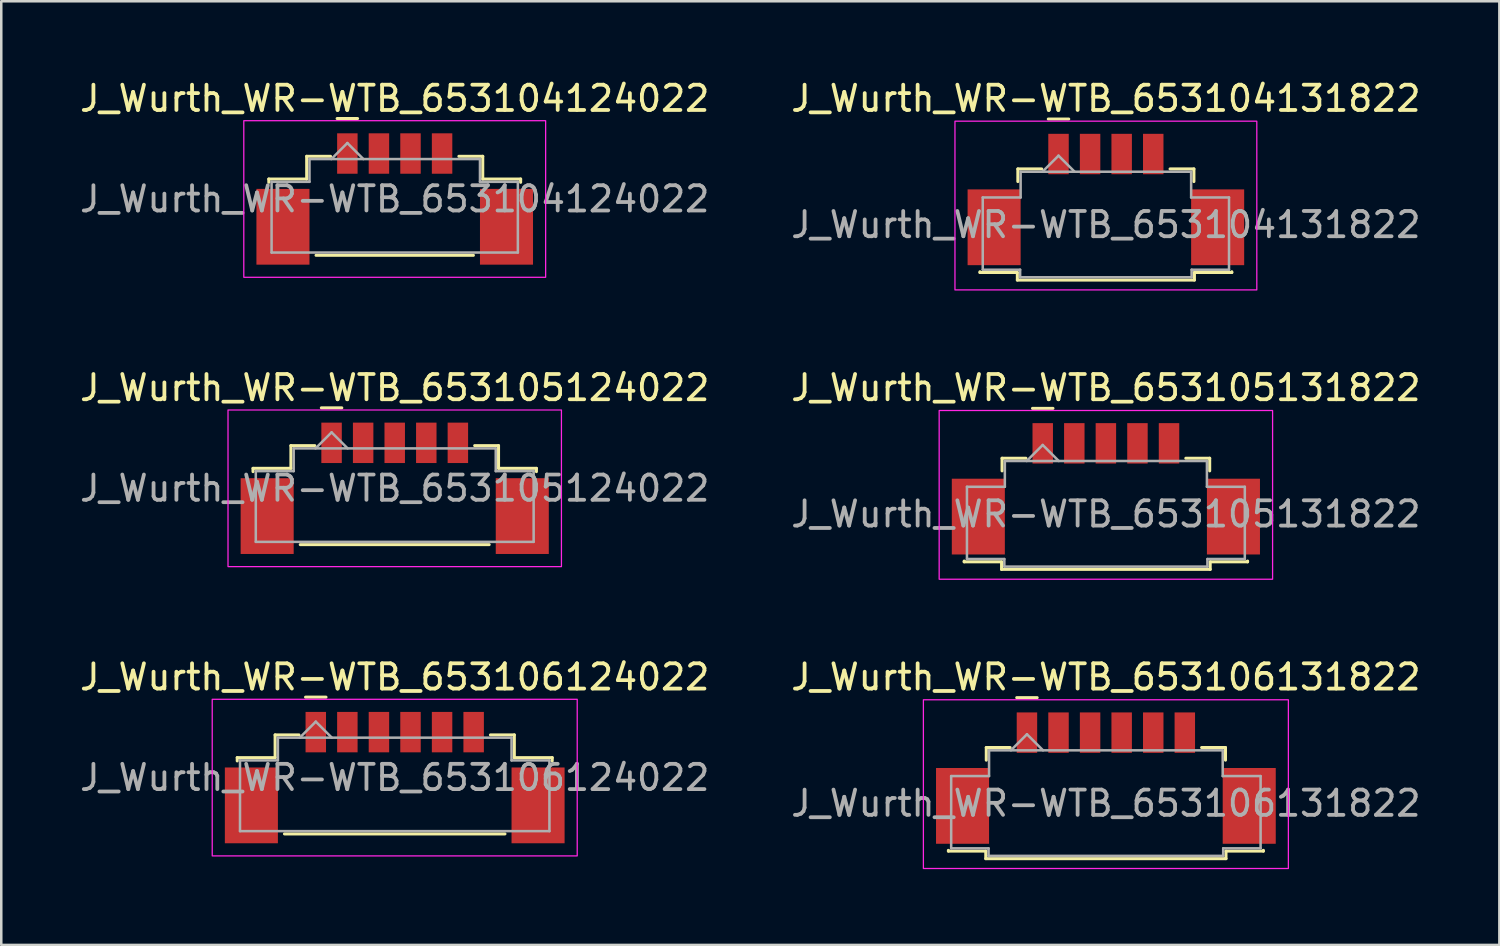
<source format=kicad_pcb>
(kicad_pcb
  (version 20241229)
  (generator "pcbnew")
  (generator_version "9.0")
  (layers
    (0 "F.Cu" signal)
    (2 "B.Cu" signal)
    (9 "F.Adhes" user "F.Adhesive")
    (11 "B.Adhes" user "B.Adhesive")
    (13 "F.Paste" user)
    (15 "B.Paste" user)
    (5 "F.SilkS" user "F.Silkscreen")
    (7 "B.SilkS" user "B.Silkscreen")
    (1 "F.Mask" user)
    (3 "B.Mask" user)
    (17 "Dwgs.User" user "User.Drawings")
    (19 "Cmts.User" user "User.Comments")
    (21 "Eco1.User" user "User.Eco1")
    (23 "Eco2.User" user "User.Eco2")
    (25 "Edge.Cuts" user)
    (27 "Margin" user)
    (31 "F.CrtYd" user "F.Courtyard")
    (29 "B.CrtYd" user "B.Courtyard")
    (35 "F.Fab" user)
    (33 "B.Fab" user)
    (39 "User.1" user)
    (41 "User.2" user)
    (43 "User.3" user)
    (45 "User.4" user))
  (footprint "J_Wurth_WR-WTB_653106131822"
    (layer "F.Cu")
    (at 40.732 28.755)
    (property "Reference" "J_Wurth_WR-WTB_653106131822" (at 0 -5 0) (unlocked yes) (layer "F.SilkS") (effects (font (size 1 1) (thickness 0.15))))
    (attr smd)
    (fp_line (start -6.235 1.86) (end -6.235 1.89) (stroke (width 0.12) (type solid)) (layer "F.SilkS"))
    (fp_line (start -6.235 1.89) (end -4.755 1.89) (stroke (width 0.12) (type default)) (layer "F.SilkS"))
    (fp_line (start -4.755 1.89) (end -4.755 2.19) (stroke (width 0.12) (type default)) (layer "F.SilkS"))
    (fp_line (start -4.755 2.19) (end 4.755 2.19) (stroke (width 0.12) (type default)) (layer "F.SilkS"))
    (fp_line (start -4.735 -2.21) (end -4.735 -1.71) (stroke (width 0.12) (type default)) (layer "F.SilkS"))
    (fp_line (start -3.79 -2.21) (end -4.735 -2.21) (stroke (width 0.12) (type solid)) (layer "F.SilkS"))
    (fp_line (start -3.53 -4.185) (end -2.72 -4.185) (stroke (width 0.12) (type solid)) (layer "F.SilkS"))
    (fp_line (start 3.79 -2.21) (end 4.735 -2.21) (stroke (width 0.12) (type solid)) (layer "F.SilkS"))
    (fp_line (start 4.735 -2.21) (end 4.735 -1.71) (stroke (width 0.12) (type default)) (layer "F.SilkS"))
    (fp_line (start 4.755 1.89) (end 6.235 1.89) (stroke (width 0.12) (type default)) (layer "F.SilkS"))
    (fp_line (start 4.755 2.19) (end 4.755 1.89) (stroke (width 0.12) (type default)) (layer "F.SilkS"))
    (fp_line (start 6.235 1.89) (end 6.235 1.86) (stroke (width 0.12) (type solid)) (layer "F.SilkS"))
    (fp_rect (start -7.225 -4.1) (end 7.225 2.58) (stroke (width 0.05) (type solid)) (fill no) (layer "F.CrtYd"))
    (fp_line (start -6.125 -1.08) (end -4.625 -1.08) (stroke (width 0.1) (type default)) (layer "F.Fab"))
    (fp_line (start -6.125 1.78) (end -6.125 -1.08) (stroke (width 0.1) (type solid)) (layer "F.Fab"))
    (fp_line (start -6.125 1.78) (end -4.645 1.78) (stroke (width 0.1) (type solid)) (layer "F.Fab"))
    (fp_line (start -4.645 1.78) (end -4.645 2.08) (stroke (width 0.1) (type solid)) (layer "F.Fab"))
    (fp_line (start -4.645 2.08) (end 4.645 2.08) (stroke (width 0.1) (type default)) (layer "F.Fab"))
    (fp_line (start -4.625 -2.1) (end -4.625 -1.08) (stroke (width 0.1) (type solid)) (layer "F.Fab"))
    (fp_line (start -4.625 -2.1) (end 4.625 -2.1) (stroke (width 0.1) (type solid)) (layer "F.Fab"))
    (fp_line (start -3.125 -2.735) (end -3.76 -2.1) (stroke (width 0.1) (type default)) (layer "F.Fab"))
    (fp_line (start -2.49 -2.1) (end -3.125 -2.735) (stroke (width 0.1) (type default)) (layer "F.Fab"))
    (fp_line (start 4.625 -2.1) (end 4.625 -1.08) (stroke (width 0.1) (type solid)) (layer "F.Fab"))
    (fp_line (start 4.645 1.78) (end 4.645 2.08) (stroke (width 0.1) (type solid)) (layer "F.Fab"))
    (fp_line (start 6.125 -1.08) (end 4.625 -1.08) (stroke (width 0.1) (type default)) (layer "F.Fab"))
    (fp_line (start 6.125 1.78) (end 4.645 1.78) (stroke (width 0.1) (type solid)) (layer "F.Fab"))
    (fp_line (start 6.125 1.78) (end 6.125 -1.08) (stroke (width 0.1) (type solid)) (layer "F.Fab"))
    (fp_text user "${REFERENCE}" (at 0 0 0) (unlocked yes) (layer "F.Fab") (effects (font (size 1 1) (thickness 0.15))))
    (pad "1" smd rect (at -3.125 -2.8) (size 0.81 1.6) (layers "F.Cu" "F.Mask" "F.Paste"))
    (pad "2" smd rect (at -1.875 -2.8) (size 0.81 1.6) (layers "F.Cu" "F.Mask" "F.Paste"))
    (pad "3" smd rect (at -0.625 -2.8) (size 0.81 1.6) (layers "F.Cu" "F.Mask" "F.Paste"))
    (pad "4" smd rect (at 0.625 -2.8) (size 0.81 1.6) (layers "F.Cu" "F.Mask" "F.Paste"))
    (pad "5" smd rect (at 1.875 -2.8) (size 0.81 1.6) (layers "F.Cu" "F.Mask" "F.Paste"))
    (pad "6" smd rect (at 3.125 -2.8) (size 0.81 1.6) (layers "F.Cu" "F.Mask" "F.Paste"))
    (pad "MP1" smd rect (at -5.675 0.1) (size 2.1 3) (layers "F.Cu" "F.Mask" "F.Paste"))
    (pad "MP2" smd rect (at 5.675 0.1) (size 2.1 3) (layers "F.Cu" "F.Mask" "F.Paste")))
  (footprint "J_Wurth_WR-WTB_653106124022"
    (layer "F.Cu")
    (at 12.577 28.005)
    (property "Reference" "J_Wurth_WR-WTB_653106124022" (at 0 -4.25 0) (unlocked yes) (layer "F.SilkS") (effects (font (size 1 1) (thickness 0.15))))
    (attr smd)
    (fp_line (start -6.235 -1.06) (end -6.235 -0.93) (stroke (width 0.12) (type solid)) (layer "F.SilkS"))
    (fp_line (start -4.735 -1.96) (end -4.735 -1.06) (stroke (width 0.12) (type solid)) (layer "F.SilkS"))
    (fp_line (start -4.735 -1.06) (end -6.235 -1.06) (stroke (width 0.12) (type solid)) (layer "F.SilkS"))
    (fp_line (start -4.365 1.96) (end 4.365 1.96) (stroke (width 0.12) (type solid)) (layer "F.SilkS"))
    (fp_line (start -3.79 -1.96) (end -4.735 -1.96) (stroke (width 0.12) (type solid)) (layer "F.SilkS"))
    (fp_line (start -3.53 -3.455) (end -2.72 -3.455) (stroke (width 0.12) (type solid)) (layer "F.SilkS"))
    (fp_line (start 4.735 -1.96) (end 3.79 -1.96) (stroke (width 0.12) (type solid)) (layer "F.SilkS"))
    (fp_line (start 4.735 -1.06) (end 4.735 -1.96) (stroke (width 0.12) (type solid)) (layer "F.SilkS"))
    (fp_line (start 6.235 -1.06) (end 4.735 -1.06) (stroke (width 0.12) (type solid)) (layer "F.SilkS"))
    (fp_line (start 6.235 -1.06) (end 6.235 -0.93) (stroke (width 0.12) (type solid)) (layer "F.SilkS"))
    (fp_rect (start -7.225 -3.37) (end 7.225 2.83) (stroke (width 0.05) (type solid)) (fill no) (layer "F.CrtYd"))
    (fp_line (start -6.125 -0.95) (end -4.625 -0.95) (stroke (width 0.1) (type solid)) (layer "F.Fab"))
    (fp_line (start -6.125 1.85) (end -6.125 -0.95) (stroke (width 0.1) (type solid)) (layer "F.Fab"))
    (fp_line (start -4.625 -1.85) (end 4.625 -1.85) (stroke (width 0.1) (type solid)) (layer "F.Fab"))
    (fp_line (start -4.625 -0.95) (end -4.625 -1.85) (stroke (width 0.1) (type solid)) (layer "F.Fab"))
    (fp_line (start -3.125 -2.485) (end -3.76 -1.85) (stroke (width 0.1) (type default)) (layer "F.Fab"))
    (fp_line (start -2.49 -1.85) (end -3.125 -2.485) (stroke (width 0.1) (type default)) (layer "F.Fab"))
    (fp_line (start 4.625 -0.95) (end 4.625 -1.85) (stroke (width 0.1) (type solid)) (layer "F.Fab"))
    (fp_line (start 6.125 -0.95) (end 4.625 -0.95) (stroke (width 0.1) (type solid)) (layer "F.Fab"))
    (fp_line (start 6.125 1.85) (end -6.125 1.85) (stroke (width 0.1) (type solid)) (layer "F.Fab"))
    (fp_line (start 6.125 1.85) (end 6.125 -0.95) (stroke (width 0.1) (type solid)) (layer "F.Fab"))
    (fp_text user "${REFERENCE}" (at 0 -0.27 0) (unlocked yes) (layer "F.Fab") (effects (font (size 1 1) (thickness 0.15))))
    (pad "1" smd rect (at -3.125 -2.07) (size 0.81 1.6) (layers "F.Cu" "F.Mask" "F.Paste"))
    (pad "2" smd rect (at -1.875 -2.07) (size 0.81 1.6) (layers "F.Cu" "F.Mask" "F.Paste"))
    (pad "3" smd rect (at -0.625 -2.07) (size 0.81 1.6) (layers "F.Cu" "F.Mask" "F.Paste"))
    (pad "4" smd rect (at 0.625 -2.07) (size 0.81 1.6) (layers "F.Cu" "F.Mask" "F.Paste"))
    (pad "5" smd rect (at 1.875 -2.07) (size 0.81 1.6) (layers "F.Cu" "F.Mask" "F.Paste"))
    (pad "6" smd rect (at 3.125 -2.07) (size 0.81 1.6) (layers "F.Cu" "F.Mask" "F.Paste"))
    (pad "MP1" smd rect (at -5.675 0.83) (size 2.1 3) (layers "F.Cu" "F.Mask" "F.Paste"))
    (pad "MP2" smd rect (at 5.675 0.83) (size 2.1 3) (layers "F.Cu" "F.Mask" "F.Paste")))
  (footprint "J_Wurth_WR-WTB_653105124022"
    (layer "F.Cu")
    (at 12.577 16.552)
    (property "Reference" "J_Wurth_WR-WTB_653105124022" (at 0 -4.25 0) (unlocked yes) (layer "F.SilkS") (effects (font (size 1 1) (thickness 0.15))))
    (attr smd)
    (fp_line (start -5.61 -1.06) (end -5.61 -0.93) (stroke (width 0.12) (type solid)) (layer "F.SilkS"))
    (fp_line (start -4.11 -1.96) (end -4.11 -1.06) (stroke (width 0.12) (type solid)) (layer "F.SilkS"))
    (fp_line (start -4.11 -1.06) (end -5.61 -1.06) (stroke (width 0.12) (type solid)) (layer "F.SilkS"))
    (fp_line (start -3.74 1.96) (end 3.74 1.96) (stroke (width 0.12) (type solid)) (layer "F.SilkS"))
    (fp_line (start -3.165 -1.96) (end -4.11 -1.96) (stroke (width 0.12) (type solid)) (layer "F.SilkS"))
    (fp_line (start -2.905 -3.455) (end -2.095 -3.455) (stroke (width 0.12) (type solid)) (layer "F.SilkS"))
    (fp_line (start 4.11 -1.96) (end 3.165 -1.96) (stroke (width 0.12) (type solid)) (layer "F.SilkS"))
    (fp_line (start 4.11 -1.06) (end 4.11 -1.96) (stroke (width 0.12) (type solid)) (layer "F.SilkS"))
    (fp_line (start 5.61 -1.06) (end 4.11 -1.06) (stroke (width 0.12) (type solid)) (layer "F.SilkS"))
    (fp_line (start 5.61 -1.06) (end 5.61 -0.93) (stroke (width 0.12) (type solid)) (layer "F.SilkS"))
    (fp_rect (start -6.6 -3.37) (end 6.6 2.83) (stroke (width 0.05) (type solid)) (fill no) (layer "F.CrtYd"))
    (fp_line (start -5.5 -0.95) (end -4 -0.95) (stroke (width 0.1) (type solid)) (layer "F.Fab"))
    (fp_line (start -5.5 1.85) (end -5.5 -0.95) (stroke (width 0.1) (type solid)) (layer "F.Fab"))
    (fp_line (start -4 -1.85) (end 4 -1.85) (stroke (width 0.1) (type solid)) (layer "F.Fab"))
    (fp_line (start -4 -0.95) (end -4 -1.85) (stroke (width 0.1) (type solid)) (layer "F.Fab"))
    (fp_line (start -2.5 -2.485) (end -3.135 -1.85) (stroke (width 0.1) (type default)) (layer "F.Fab"))
    (fp_line (start -1.865 -1.85) (end -2.5 -2.485) (stroke (width 0.1) (type default)) (layer "F.Fab"))
    (fp_line (start 4 -0.95) (end 4 -1.85) (stroke (width 0.1) (type solid)) (layer "F.Fab"))
    (fp_line (start 5.5 -0.95) (end 4 -0.95) (stroke (width 0.1) (type solid)) (layer "F.Fab"))
    (fp_line (start 5.5 1.85) (end -5.5 1.85) (stroke (width 0.1) (type solid)) (layer "F.Fab"))
    (fp_line (start 5.5 1.85) (end 5.5 -0.95) (stroke (width 0.1) (type solid)) (layer "F.Fab"))
    (fp_text user "${REFERENCE}" (at 0 -0.27 0) (unlocked yes) (layer "F.Fab") (effects (font (size 1 1) (thickness 0.15))))
    (pad "1" smd rect (at -2.5 -2.07) (size 0.81 1.6) (layers "F.Cu" "F.Mask" "F.Paste"))
    (pad "2" smd rect (at -1.25 -2.07) (size 0.81 1.6) (layers "F.Cu" "F.Mask" "F.Paste"))
    (pad "3" smd rect (at 0 -2.07) (size 0.81 1.6) (layers "F.Cu" "F.Mask" "F.Paste"))
    (pad "4" smd rect (at 1.25 -2.07) (size 0.81 1.6) (layers "F.Cu" "F.Mask" "F.Paste"))
    (pad "5" smd rect (at 2.5 -2.07) (size 0.81 1.6) (layers "F.Cu" "F.Mask" "F.Paste"))
    (pad "MP1" smd rect (at -5.05 0.83) (size 2.1 3) (layers "F.Cu" "F.Mask" "F.Paste"))
    (pad "MP2" smd rect (at 5.05 0.83) (size 2.1 3) (layers "F.Cu" "F.Mask" "F.Paste")))
  (footprint "J_Wurth_WR-WTB_653104124022"
    (layer "F.Cu")
    (at 12.577 5.098)
    (property "Reference" "J_Wurth_WR-WTB_653104124022" (at 0 -4.25 0) (unlocked yes) (layer "F.SilkS") (effects (font (size 1 1) (thickness 0.15))))
    (attr smd)
    (fp_line (start -4.985 -1.06) (end -4.985 -0.93) (stroke (width 0.12) (type solid)) (layer "F.SilkS"))
    (fp_line (start -3.485 -1.96) (end -3.485 -1.06) (stroke (width 0.12) (type solid)) (layer "F.SilkS"))
    (fp_line (start -3.485 -1.06) (end -4.985 -1.06) (stroke (width 0.12) (type solid)) (layer "F.SilkS"))
    (fp_line (start -3.115 1.96) (end 3.115 1.96) (stroke (width 0.12) (type solid)) (layer "F.SilkS"))
    (fp_line (start -2.54 -1.96) (end -3.485 -1.96) (stroke (width 0.12) (type solid)) (layer "F.SilkS"))
    (fp_line (start -2.28 -3.455) (end -1.47 -3.455) (stroke (width 0.12) (type solid)) (layer "F.SilkS"))
    (fp_line (start 3.485 -1.96) (end 2.54 -1.96) (stroke (width 0.12) (type solid)) (layer "F.SilkS"))
    (fp_line (start 3.485 -1.06) (end 3.485 -1.96) (stroke (width 0.12) (type solid)) (layer "F.SilkS"))
    (fp_line (start 4.985 -1.06) (end 3.485 -1.06) (stroke (width 0.12) (type solid)) (layer "F.SilkS"))
    (fp_line (start 4.985 -1.06) (end 4.985 -0.93) (stroke (width 0.12) (type solid)) (layer "F.SilkS"))
    (fp_rect (start -5.975 -3.37) (end 5.975 2.83) (stroke (width 0.05) (type solid)) (fill no) (layer "F.CrtYd"))
    (fp_line (start -4.875 -0.95) (end -3.375 -0.95) (stroke (width 0.1) (type solid)) (layer "F.Fab"))
    (fp_line (start -4.875 1.85) (end -4.875 -0.95) (stroke (width 0.1) (type solid)) (layer "F.Fab"))
    (fp_line (start -3.375 -1.85) (end 3.375 -1.85) (stroke (width 0.1) (type solid)) (layer "F.Fab"))
    (fp_line (start -3.375 -0.95) (end -3.375 -1.85) (stroke (width 0.1) (type solid)) (layer "F.Fab"))
    (fp_line (start -1.875 -2.485) (end -2.51 -1.85) (stroke (width 0.1) (type default)) (layer "F.Fab"))
    (fp_line (start -1.24 -1.85) (end -1.875 -2.485) (stroke (width 0.1) (type default)) (layer "F.Fab"))
    (fp_line (start 3.375 -0.95) (end 3.375 -1.85) (stroke (width 0.1) (type solid)) (layer "F.Fab"))
    (fp_line (start 4.875 -0.95) (end 3.375 -0.95) (stroke (width 0.1) (type solid)) (layer "F.Fab"))
    (fp_line (start 4.875 1.85) (end -4.875 1.85) (stroke (width 0.1) (type solid)) (layer "F.Fab"))
    (fp_line (start 4.875 1.85) (end 4.875 -0.95) (stroke (width 0.1) (type solid)) (layer "F.Fab"))
    (fp_text user "${REFERENCE}" (at 0 -0.27 0) (unlocked yes) (layer "F.Fab") (effects (font (size 1 1) (thickness 0.15))))
    (pad "1" smd rect (at -1.875 -2.07) (size 0.81 1.6) (layers "F.Cu" "F.Mask" "F.Paste"))
    (pad "2" smd rect (at -0.625 -2.07) (size 0.81 1.6) (layers "F.Cu" "F.Mask" "F.Paste"))
    (pad "3" smd rect (at 0.625 -2.07) (size 0.81 1.6) (layers "F.Cu" "F.Mask" "F.Paste"))
    (pad "4" smd rect (at 1.875 -2.07) (size 0.81 1.6) (layers "F.Cu" "F.Mask" "F.Paste"))
    (pad "MP1" smd rect (at -4.425 0.83) (size 2.1 3) (layers "F.Cu" "F.Mask" "F.Paste"))
    (pad "MP2" smd rect (at 4.425 0.83) (size 2.1 3) (layers "F.Cu" "F.Mask" "F.Paste")))
  (footprint "J_Wurth_WR-WTB_653105131822"
    (layer "F.Cu")
    (at 40.732 17.302)
    (property "Reference" "J_Wurth_WR-WTB_653105131822" (at 0 -5 0) (unlocked yes) (layer "F.SilkS") (effects (font (size 1 1) (thickness 0.15))))
    (attr smd)
    (fp_line (start -5.61 1.86) (end -5.61 1.89) (stroke (width 0.12) (type solid)) (layer "F.SilkS"))
    (fp_line (start -5.61 1.89) (end -4.13 1.89) (stroke (width 0.12) (type default)) (layer "F.SilkS"))
    (fp_line (start -4.13 1.89) (end -4.13 2.19) (stroke (width 0.12) (type default)) (layer "F.SilkS"))
    (fp_line (start -4.13 2.19) (end 4.13 2.19) (stroke (width 0.12) (type default)) (layer "F.SilkS"))
    (fp_line (start -4.11 -2.21) (end -4.11 -1.71) (stroke (width 0.12) (type default)) (layer "F.SilkS"))
    (fp_line (start -3.165 -2.21) (end -4.11 -2.21) (stroke (width 0.12) (type solid)) (layer "F.SilkS"))
    (fp_line (start -2.905 -4.185) (end -2.095 -4.185) (stroke (width 0.12) (type solid)) (layer "F.SilkS"))
    (fp_line (start 3.165 -2.21) (end 4.11 -2.21) (stroke (width 0.12) (type solid)) (layer "F.SilkS"))
    (fp_line (start 4.11 -2.21) (end 4.11 -1.71) (stroke (width 0.12) (type default)) (layer "F.SilkS"))
    (fp_line (start 4.13 1.89) (end 5.61 1.89) (stroke (width 0.12) (type default)) (layer "F.SilkS"))
    (fp_line (start 4.13 2.19) (end 4.13 1.89) (stroke (width 0.12) (type default)) (layer "F.SilkS"))
    (fp_line (start 5.61 1.89) (end 5.61 1.86) (stroke (width 0.12) (type solid)) (layer "F.SilkS"))
    (fp_rect (start -6.6 -4.1) (end 6.6 2.58) (stroke (width 0.05) (type solid)) (fill no) (layer "F.CrtYd"))
    (fp_line (start -5.5 -1.08) (end -4 -1.08) (stroke (width 0.1) (type default)) (layer "F.Fab"))
    (fp_line (start -5.5 1.78) (end -5.5 -1.08) (stroke (width 0.1) (type solid)) (layer "F.Fab"))
    (fp_line (start -5.5 1.78) (end -4.02 1.78) (stroke (width 0.1) (type solid)) (layer "F.Fab"))
    (fp_line (start -4.02 1.78) (end -4.02 2.08) (stroke (width 0.1) (type solid)) (layer "F.Fab"))
    (fp_line (start -4.02 2.08) (end 4.02 2.08) (stroke (width 0.1) (type default)) (layer "F.Fab"))
    (fp_line (start -4 -2.1) (end -4 -1.08) (stroke (width 0.1) (type solid)) (layer "F.Fab"))
    (fp_line (start -4 -2.1) (end 4 -2.1) (stroke (width 0.1) (type solid)) (layer "F.Fab"))
    (fp_line (start -2.5 -2.735) (end -3.135 -2.1) (stroke (width 0.1) (type default)) (layer "F.Fab"))
    (fp_line (start -1.865 -2.1) (end -2.5 -2.735) (stroke (width 0.1) (type default)) (layer "F.Fab"))
    (fp_line (start 4 -2.1) (end 4 -1.08) (stroke (width 0.1) (type solid)) (layer "F.Fab"))
    (fp_line (start 4.02 1.78) (end 4.02 2.08) (stroke (width 0.1) (type solid)) (layer "F.Fab"))
    (fp_line (start 5.5 -1.08) (end 4 -1.08) (stroke (width 0.1) (type default)) (layer "F.Fab"))
    (fp_line (start 5.5 1.78) (end 4.02 1.78) (stroke (width 0.1) (type solid)) (layer "F.Fab"))
    (fp_line (start 5.5 1.78) (end 5.5 -1.08) (stroke (width 0.1) (type solid)) (layer "F.Fab"))
    (fp_text user "${REFERENCE}" (at 0 0 0) (unlocked yes) (layer "F.Fab") (effects (font (size 1 1) (thickness 0.15))))
    (pad "1" smd rect (at -2.5 -2.8) (size 0.81 1.6) (layers "F.Cu" "F.Mask" "F.Paste"))
    (pad "2" smd rect (at -1.25 -2.8) (size 0.81 1.6) (layers "F.Cu" "F.Mask" "F.Paste"))
    (pad "3" smd rect (at 0 -2.8) (size 0.81 1.6) (layers "F.Cu" "F.Mask" "F.Paste"))
    (pad "4" smd rect (at 1.25 -2.8) (size 0.81 1.6) (layers "F.Cu" "F.Mask" "F.Paste"))
    (pad "5" smd rect (at 2.5 -2.8) (size 0.81 1.6) (layers "F.Cu" "F.Mask" "F.Paste"))
    (pad "MP1" smd rect (at -5.05 0.1) (size 2.1 3) (layers "F.Cu" "F.Mask" "F.Paste"))
    (pad "MP2" smd rect (at 5.05 0.1) (size 2.1 3) (layers "F.Cu" "F.Mask" "F.Paste")))
  (footprint "J_Wurth_WR-WTB_653104131822"
    (layer "F.Cu")
    (at 40.732 5.848)
    (property "Reference" "J_Wurth_WR-WTB_653104131822" (at 0 -5 0) (unlocked yes) (layer "F.SilkS") (effects (font (size 1 1) (thickness 0.15))))
    (attr smd)
    (fp_line (start -4.985 1.86) (end -4.985 1.89) (stroke (width 0.12) (type solid)) (layer "F.SilkS"))
    (fp_line (start -4.985 1.89) (end -3.505 1.89) (stroke (width 0.12) (type default)) (layer "F.SilkS"))
    (fp_line (start -3.505 1.89) (end -3.505 2.19) (stroke (width 0.12) (type default)) (layer "F.SilkS"))
    (fp_line (start -3.505 2.19) (end 3.505 2.19) (stroke (width 0.12) (type default)) (layer "F.SilkS"))
    (fp_line (start -3.485 -2.21) (end -3.485 -1.71) (stroke (width 0.12) (type default)) (layer "F.SilkS"))
    (fp_line (start -2.54 -2.21) (end -3.485 -2.21) (stroke (width 0.12) (type solid)) (layer "F.SilkS"))
    (fp_line (start -2.28 -4.185) (end -1.47 -4.185) (stroke (width 0.12) (type solid)) (layer "F.SilkS"))
    (fp_line (start 2.54 -2.21) (end 3.485 -2.21) (stroke (width 0.12) (type solid)) (layer "F.SilkS"))
    (fp_line (start 3.485 -2.21) (end 3.485 -1.71) (stroke (width 0.12) (type default)) (layer "F.SilkS"))
    (fp_line (start 3.505 1.89) (end 4.985 1.89) (stroke (width 0.12) (type default)) (layer "F.SilkS"))
    (fp_line (start 3.505 2.19) (end 3.505 1.89) (stroke (width 0.12) (type default)) (layer "F.SilkS"))
    (fp_line (start 4.985 1.89) (end 4.985 1.86) (stroke (width 0.12) (type solid)) (layer "F.SilkS"))
    (fp_rect (start -5.975 -4.1) (end 5.975 2.58) (stroke (width 0.05) (type solid)) (fill no) (layer "F.CrtYd"))
    (fp_line (start -4.875 -1.08) (end -3.375 -1.08) (stroke (width 0.1) (type default)) (layer "F.Fab"))
    (fp_line (start -4.875 1.78) (end -4.875 -1.08) (stroke (width 0.1) (type solid)) (layer "F.Fab"))
    (fp_line (start -4.875 1.78) (end -3.395 1.78) (stroke (width 0.1) (type solid)) (layer "F.Fab"))
    (fp_line (start -3.395 1.78) (end -3.395 2.08) (stroke (width 0.1) (type solid)) (layer "F.Fab"))
    (fp_line (start -3.395 2.08) (end 3.395 2.08) (stroke (width 0.1) (type default)) (layer "F.Fab"))
    (fp_line (start -3.375 -2.1) (end -3.375 -1.08) (stroke (width 0.1) (type solid)) (layer "F.Fab"))
    (fp_line (start -3.375 -2.1) (end 3.375 -2.1) (stroke (width 0.1) (type solid)) (layer "F.Fab"))
    (fp_line (start -1.875 -2.735) (end -2.51 -2.1) (stroke (width 0.1) (type default)) (layer "F.Fab"))
    (fp_line (start -1.24 -2.1) (end -1.875 -2.735) (stroke (width 0.1) (type default)) (layer "F.Fab"))
    (fp_line (start 3.375 -2.1) (end 3.375 -1.08) (stroke (width 0.1) (type solid)) (layer "F.Fab"))
    (fp_line (start 3.395 1.78) (end 3.395 2.08) (stroke (width 0.1) (type solid)) (layer "F.Fab"))
    (fp_line (start 4.875 -1.08) (end 3.375 -1.08) (stroke (width 0.1) (type default)) (layer "F.Fab"))
    (fp_line (start 4.875 1.78) (end 3.395 1.78) (stroke (width 0.1) (type solid)) (layer "F.Fab"))
    (fp_line (start 4.875 1.78) (end 4.875 -1.08) (stroke (width 0.1) (type solid)) (layer "F.Fab"))
    (fp_text user "${REFERENCE}" (at 0 0 0) (unlocked yes) (layer "F.Fab") (effects (font (size 1 1) (thickness 0.15))))
    (pad "1" smd rect (at -1.875 -2.8) (size 0.81 1.6) (layers "F.Cu" "F.Mask" "F.Paste"))
    (pad "2" smd rect (at -0.625 -2.8) (size 0.81 1.6) (layers "F.Cu" "F.Mask" "F.Paste"))
    (pad "3" smd rect (at 0.625 -2.8) (size 0.81 1.6) (layers "F.Cu" "F.Mask" "F.Paste"))
    (pad "4" smd rect (at 1.875 -2.8) (size 0.81 1.6) (layers "F.Cu" "F.Mask" "F.Paste"))
    (pad "MP1" smd rect (at -4.425 0.1) (size 2.1 3) (layers "F.Cu" "F.Mask" "F.Paste"))
    (pad "MP2" smd rect (at 4.425 0.1) (size 2.1 3) (layers "F.Cu" "F.Mask" "F.Paste")))
  (gr_rect
    (start -3 -3)
    (end 56.31 34.36)
    (stroke (width 0.1) (type default))
    (fill no)
    (layer "Edge.Cuts")))
</source>
